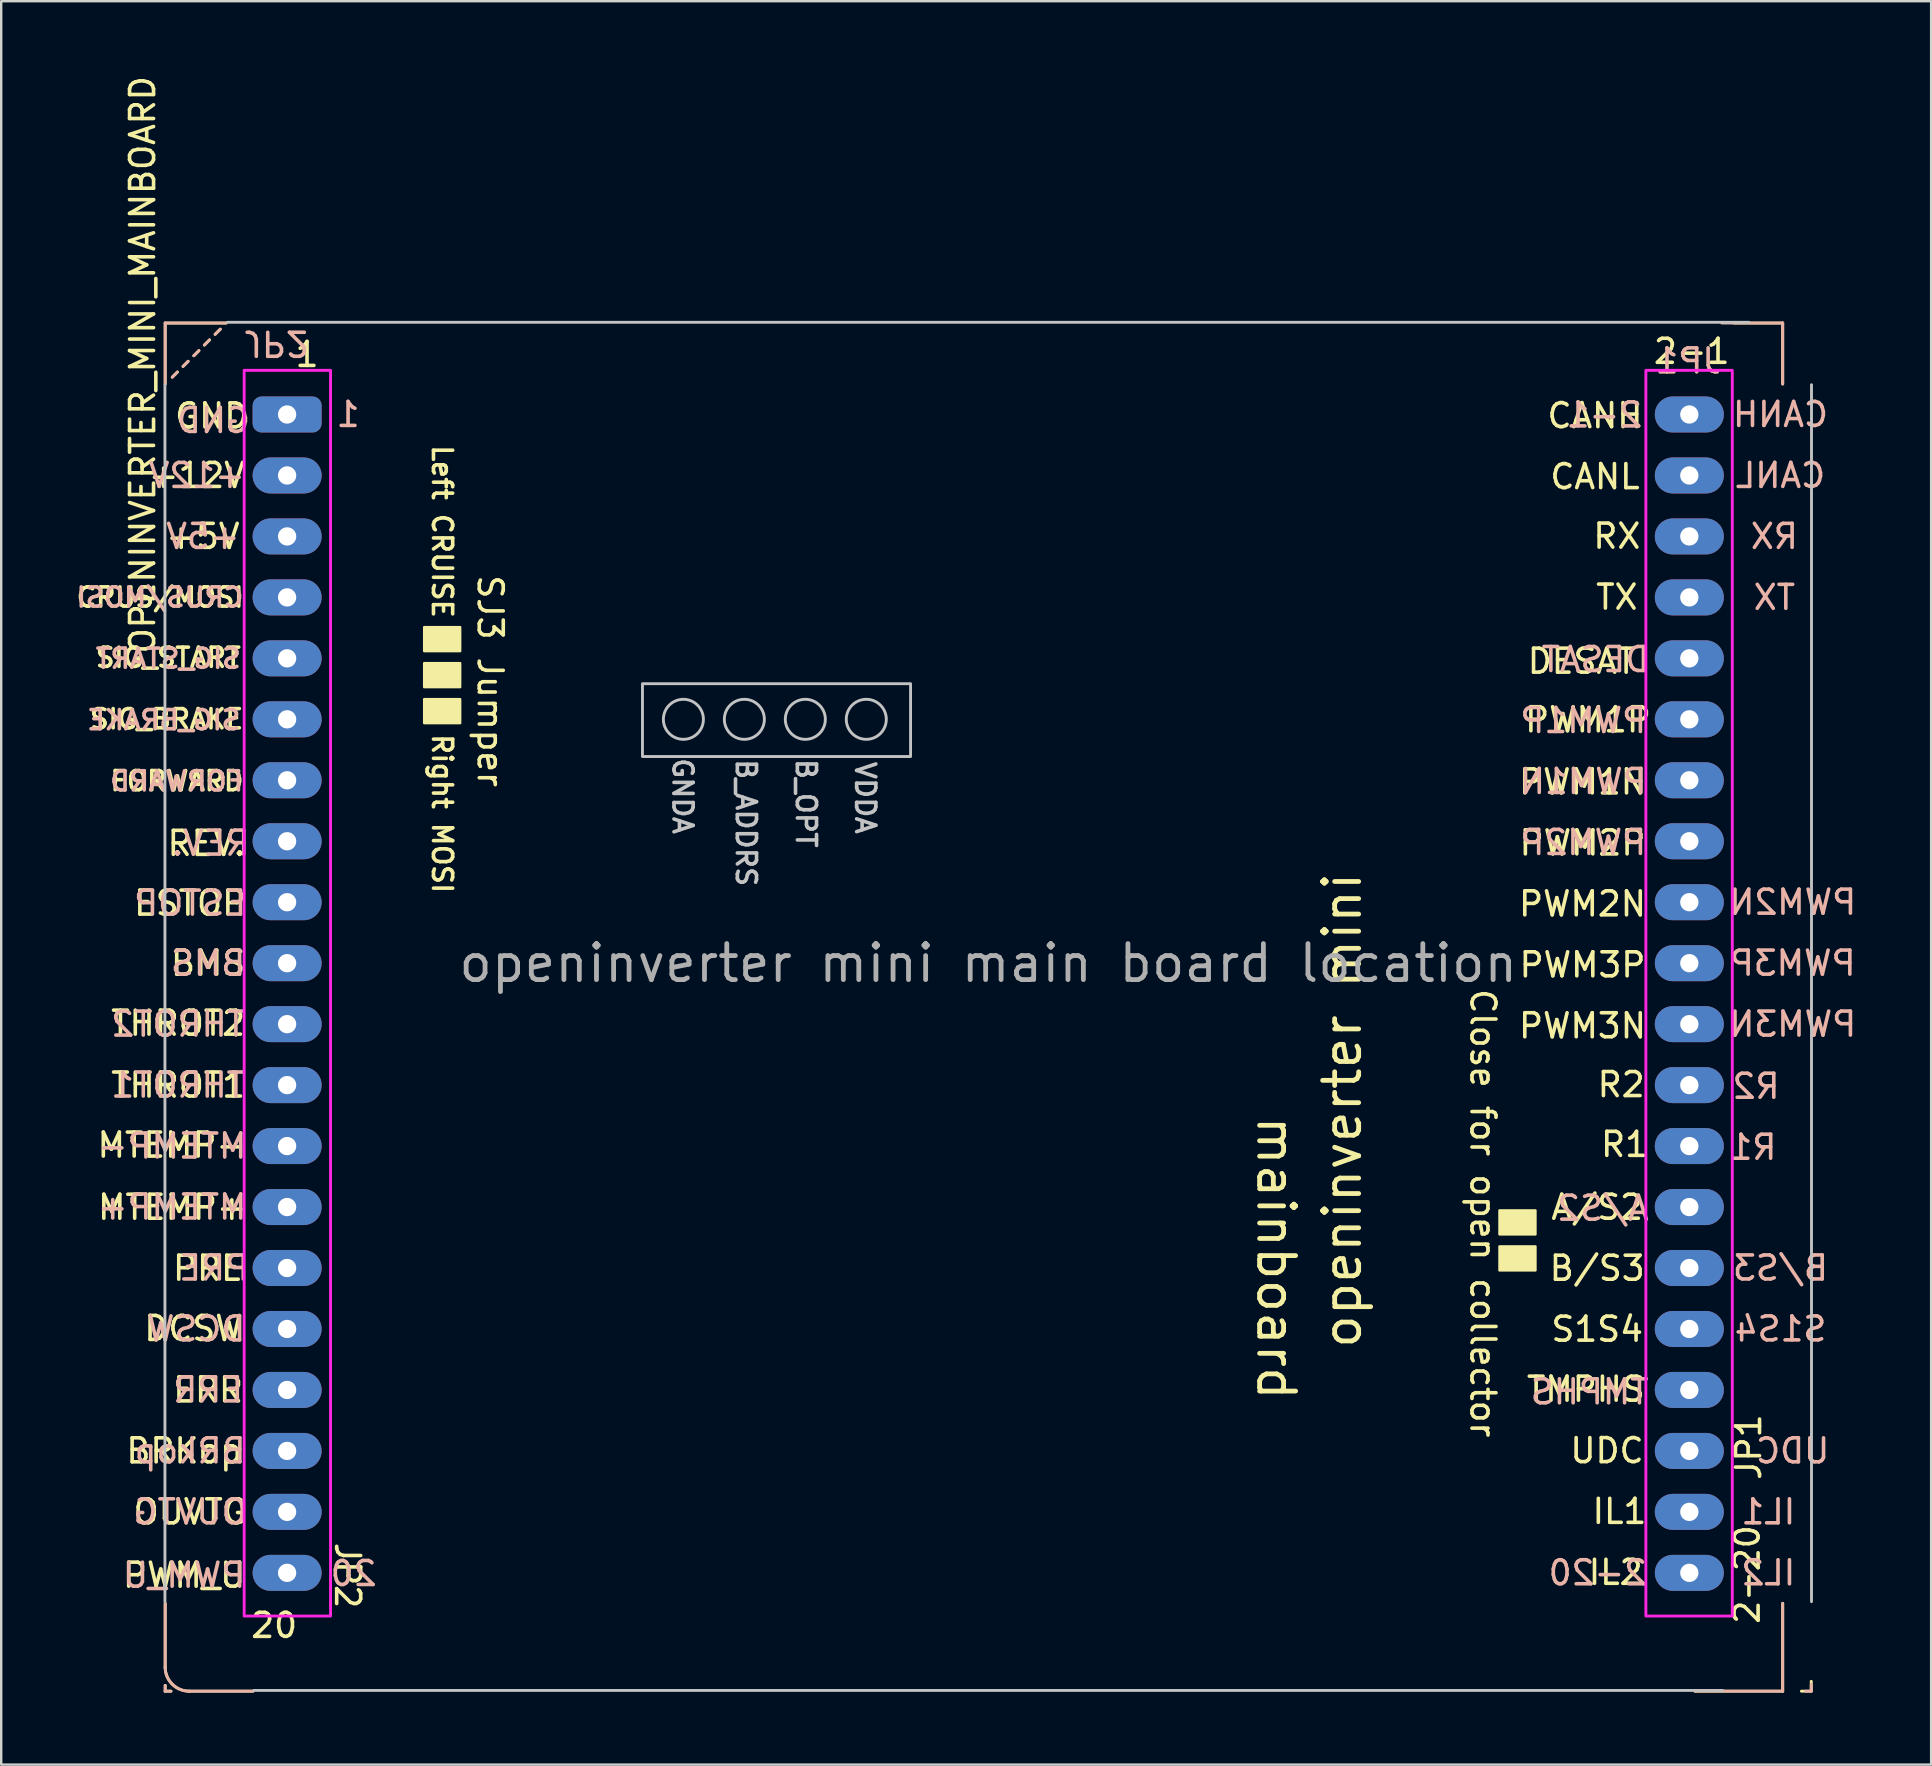
<source format=kicad_pcb>
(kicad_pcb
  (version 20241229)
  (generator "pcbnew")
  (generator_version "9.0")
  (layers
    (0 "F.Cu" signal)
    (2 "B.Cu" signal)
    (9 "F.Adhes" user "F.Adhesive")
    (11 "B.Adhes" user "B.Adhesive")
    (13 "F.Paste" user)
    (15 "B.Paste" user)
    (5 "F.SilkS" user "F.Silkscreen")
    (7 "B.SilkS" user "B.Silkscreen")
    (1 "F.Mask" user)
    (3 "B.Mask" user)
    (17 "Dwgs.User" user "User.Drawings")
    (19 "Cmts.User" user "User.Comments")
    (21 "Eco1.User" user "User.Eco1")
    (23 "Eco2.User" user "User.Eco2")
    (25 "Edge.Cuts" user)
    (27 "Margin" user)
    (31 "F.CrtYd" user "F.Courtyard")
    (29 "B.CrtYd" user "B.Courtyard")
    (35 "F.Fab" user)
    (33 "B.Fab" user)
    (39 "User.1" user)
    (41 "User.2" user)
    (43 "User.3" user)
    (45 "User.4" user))
  (footprint "OPENINVERTER_MINI_MAINBOARD"
    (layer "F.Cu")
    (at 38.122 37.079)
    (property "Reference" "OPENINVERTER_MINI_MAINBOARD" (at -35.23 -24.93 90) (layer "F.SilkS") (effects (font (size 1 1) (thickness 0.15))))
    (attr through_hole exclude_from_pos_files)
    (fp_line (start -34.29 -26.67) (end -34.29 -24.13) (stroke (width 0.12) (type solid)) (layer "F.SilkS"))
    (fp_line (start -34.29 -26.67) (end -31.75 -26.67) (stroke (width 0.12) (type solid)) (layer "F.SilkS"))
    (fp_line (start -34.29 29.33) (end -34.29 26.67) (stroke (width 0.12) (type solid)) (layer "F.SilkS"))
    (fp_line (start -34.29 30.09) (end -34.29 30.33) (stroke (width 0.12) (type solid)) (layer "F.SilkS"))
    (fp_line (start -34.05 30.33) (end -34.29 30.33) (stroke (width 0.12) (type solid)) (layer "F.SilkS"))
    (fp_line (start -33.995 -24.415) (end -33.78 -24.63) (stroke (width 0.12) (type solid)) (layer "F.SilkS"))
    (fp_line (start -33.547 -24.863) (end -33.333 -25.078) (stroke (width 0.12) (type solid)) (layer "F.SilkS"))
    (fp_line (start -33.29 30.33) (end -30.63 30.33) (stroke (width 0.12) (type solid)) (layer "F.SilkS"))
    (fp_line (start -33.097 -25.308) (end -32.883 -25.523) (stroke (width 0.12) (type solid)) (layer "F.SilkS"))
    (fp_line (start -32.657 -25.753) (end -32.443 -25.968) (stroke (width 0.12) (type solid)) (layer "F.SilkS"))
    (fp_line (start -32.21 -26.2) (end -31.995 -26.415) (stroke (width 0.12) (type solid)) (layer "F.SilkS"))
    (fp_line (start 29.44 30.33) (end 33.1 30.33) (stroke (width 0.12) (type solid)) (layer "F.SilkS"))
    (fp_line (start 31.06 -26.67) (end 33.1 -26.67) (stroke (width 0.12) (type solid)) (layer "F.SilkS"))
    (fp_line (start 33.1 -26.67) (end 33.1 -24.13) (stroke (width 0.12) (type solid)) (layer "F.SilkS"))
    (fp_line (start 33.1 30.33) (end 33.1 26.67) (stroke (width 0.12) (type solid)) (layer "F.SilkS"))
    (fp_line (start 33.88 30.33) (end 34.29 30.33) (stroke (width 0.12) (type solid)) (layer "F.SilkS"))
    (fp_line (start 34.29 29.92) (end 34.29 30.33) (stroke (width 0.12) (type solid)) (layer "F.SilkS"))
    (fp_arc (start -33.29 30.33) (mid -33.997107 30.037107) (end -34.29 29.33) (stroke (width 0.12) (type solid)) (layer "F.SilkS"))
    (fp_poly (pts (xy -22 -13) (xy -23.5 -13) (xy -23.5 -14) (xy -22 -14)) (stroke (width 0.1) (type solid)) (fill yes) (layer "F.SilkS"))
    (fp_poly (pts (xy -22 -11.5) (xy -23.5 -11.5) (xy -23.5 -12.5) (xy -22 -12.5)) (stroke (width 0.1) (type solid)) (fill yes) (layer "F.SilkS"))
    (fp_poly (pts (xy -22 -10) (xy -23.5 -10) (xy -23.5 -11) (xy -22 -11)) (stroke (width 0.1) (type solid)) (fill yes) (layer "F.SilkS"))
    (fp_poly (pts (xy 22.8 11.3) (xy 21.3 11.3) (xy 21.3 10.3) (xy 22.8 10.3)) (stroke (width 0.1) (type solid)) (fill yes) (layer "F.SilkS"))
    (fp_poly (pts (xy 22.8 12.8) (xy 21.3 12.8) (xy 21.3 11.8) (xy 22.8 11.8)) (stroke (width 0.1) (type solid)) (fill yes) (layer "F.SilkS"))
    (fp_line (start -34.29 -26.67) (end -34.29 -24.13) (stroke (width 0.12) (type solid)) (layer "B.SilkS"))
    (fp_line (start -34.29 -26.67) (end -31.75 -26.67) (stroke (width 0.12) (type solid)) (layer "B.SilkS"))
    (fp_line (start -34.29 29.35) (end -34.29 26.67) (stroke (width 0.12) (type solid)) (layer "B.SilkS"))
    (fp_line (start -34.29 30.09) (end -34.29 30.33) (stroke (width 0.12) (type solid)) (layer "B.SilkS"))
    (fp_line (start -34.05 30.33) (end -34.29 30.33) (stroke (width 0.12) (type solid)) (layer "B.SilkS"))
    (fp_line (start -33.995 -24.415) (end -33.78 -24.63) (stroke (width 0.12) (type solid)) (layer "B.SilkS"))
    (fp_line (start -33.545 -24.865) (end -33.335 -25.075) (stroke (width 0.12) (type solid)) (layer "B.SilkS"))
    (fp_line (start -33.29 30.33) (end -30.63 30.33) (stroke (width 0.12) (type solid)) (layer "B.SilkS"))
    (fp_line (start -33.095 -25.31) (end -32.885 -25.52) (stroke (width 0.12) (type solid)) (layer "B.SilkS"))
    (fp_line (start -32.657 -25.753) (end -32.443 -25.968) (stroke (width 0.12) (type solid)) (layer "B.SilkS"))
    (fp_line (start -32.21 -26.2) (end -31.995 -26.415) (stroke (width 0.12) (type solid)) (layer "B.SilkS"))
    (fp_line (start 29.44 30.33) (end 33.1 30.33) (stroke (width 0.12) (type solid)) (layer "B.SilkS"))
    (fp_line (start 30.56 -26.67) (end 33.1 -26.67) (stroke (width 0.12) (type solid)) (layer "B.SilkS"))
    (fp_line (start 33.1 -26.67) (end 33.1 -24.13) (stroke (width 0.12) (type solid)) (layer "B.SilkS"))
    (fp_line (start 33.1 30.33) (end 33.1 26.67) (stroke (width 0.12) (type solid)) (layer "B.SilkS"))
    (fp_line (start 34.05 30.33) (end 34.29 30.33) (stroke (width 0.12) (type solid)) (layer "B.SilkS"))
    (fp_line (start 34.29 30.04) (end 34.29 30.33) (stroke (width 0.12) (type solid)) (layer "B.SilkS"))
    (fp_arc (start -33.29 30.33) (mid -33.997107 30.037107) (end -34.29 29.33) (stroke (width 0.12) (type solid)) (layer "B.SilkS"))
    (fp_line (start -34.3 -24.1) (end -34.3 26.6) (stroke (width 0.12) (type solid)) (layer "Dwgs.User"))
    (fp_line (start -30.6 30.3) (end 30.6 30.3) (stroke (width 0.12) (type solid)) (layer "Dwgs.User"))
    (fp_line (start 31.7 -26.7) (end -31.7 -26.7) (stroke (width 0.12) (type solid)) (layer "Dwgs.User"))
    (fp_line (start 34.3 26.6) (end 34.3 -24.1) (stroke (width 0.12) (type solid)) (layer "Dwgs.User"))
    (fp_rect (start -14.405 -11.645) (end -3.235 -8.61) (stroke (width 0.12) (type solid)) (fill no) (layer "Dwgs.User"))
    (fp_circle (center -12.7 -10.16) (end -11.93 -10.48) (stroke (width 0.12) (type solid)) (fill no) (layer "Dwgs.User"))
    (fp_circle (center -10.16 -10.16) (end -9.39 -10.48) (stroke (width 0.12) (type solid)) (fill no) (layer "Dwgs.User"))
    (fp_circle (center -7.62 -10.16) (end -6.85 -10.48) (stroke (width 0.12) (type solid)) (fill no) (layer "Dwgs.User"))
    (fp_circle (center -5.08 -10.16) (end -4.31 -10.48) (stroke (width 0.12) (type solid)) (fill no) (layer "Dwgs.User"))
    (fp_rect (start -31 -24.7) (end -27.4 27.2) (stroke (width 0.12) (type solid)) (fill no) (layer "F.CrtYd"))
    (fp_rect (start 27.4 -24.7) (end 31 27.2) (stroke (width 0.12) (type solid)) (fill no) (layer "F.CrtYd"))
    (fp_line (start -34.29 -24.12) (end -31.745 -26.665) (stroke (width 0.12) (type solid)) (layer "User.1"))
    (fp_text user "ESTOP" (at -33.25 -2.5 0) (layer "F.SilkS") (effects (font (size 1 1) (thickness 0.15))))
    (fp_text user "THROT1" (at -33.75 5.08 0) (layer "F.SilkS") (effects (font (size 1 1) (thickness 0.15))))
    (fp_text user "BRKop" (at -33.5 20.32 0) (layer "F.SilkS") (effects (font (size 1 1) (thickness 0.15))))
    (fp_text user "GND" (at -32.35 -22.8 0) (layer "F.SilkS") (effects (font (size 1 1) (thickness 0.15))))
    (fp_text user "RX" (at 26.19 -17.79 0) (layer "F.SilkS") (effects (font (size 1 1) (thickness 0.15))))
    (fp_text user "PWM2P" (at 24.76 -5.01 0) (layer "F.SilkS") (effects (font (size 1 1) (thickness 0.15))))
    (fp_text user "PWM1N" (at 24.76 -7.55 0) (layer "F.SilkS") (effects (font (size 1 1) (thickness 0.15))))
    (fp_text user "DESAT" (at 24.72 -12.58 0) (layer "F.SilkS") (effects (font (size 1 1) (thickness 0.15))))
    (fp_text user "mainboard" (at 11.99 12.29 270) (unlocked yes) (layer "F.SilkS") (effects (font (size 1.5 1.5) (thickness 0.2))))
    (fp_text user "S1S4" (at 25.372 15.25 0) (layer "F.SilkS") (effects (font (size 1 1) (thickness 0.15))))
    (fp_text user "BMS" (at -32.5 0 0) (layer "F.SilkS") (effects (font (size 1 1) (thickness 0.15))))
    (fp_text user "R2" (at 26.37 5.06 0) (layer "F.SilkS") (effects (font (size 1 1) (thickness 0.15))))
    (fp_text user "UDC" (at 25.78 20.31 0) (layer "F.SilkS") (effects (font (size 1 1) (thickness 0.15))))
    (fp_text user "A/S2" (at 25.372 10.17 0) (layer "F.SilkS") (effects (font (size 1 1) (thickness 0.15))))
    (fp_text user "CRUS/MOSI" (at -34.5 -15.24 0) (layer "F.SilkS") (effects (font (size 0.8 0.8) (thickness 0.15))))
    (fp_text user "OUVTG" (at -33.25 22.86 0) (layer "F.SilkS") (effects (font (size 1 1) (thickness 0.15))))
    (fp_text user "2-1" (at 29.31 -25.49 0) (layer "F.SilkS") (effects (font (size 1 1) (thickness 0.15))))
    (fp_text user "THROT2" (at -33.75 2.5 0) (layer "F.SilkS") (effects (font (size 1 1) (thickness 0.15))))
    (fp_text user "MTEMP+" (at -33.99 10.17 0) (layer "F.SilkS") (effects (font (size 1 1) (thickness 0.15))))
    (fp_text user "SIG_START" (at -34.16 -12.73 0) (layer "F.SilkS") (effects (font (size 0.8 0.8) (thickness 0.15))))
    (fp_text user "CANL" (at 25.28 -20.27 0) (layer "F.SilkS") (effects (font (size 1 1) (thickness 0.15))))
    (fp_text user "CANH" (at 25.28 -22.81 0) (layer "F.SilkS") (effects (font (size 1 1) (thickness 0.15))))
    (fp_text user "PRE" (at -32.51 12.71 0) (layer "F.SilkS") (effects (font (size 1 1) (thickness 0.15))))
    (fp_text user "SIG_BRAKE" (at -34.23 -10.17 0) (layer "F.SilkS") (effects (font (size 0.8 0.8) (thickness 0.15))))
    (fp_text user "IL1" (at 26.3 22.84 0) (layer "F.SilkS") (effects (font (size 1 1) (thickness 0.15))))
    (fp_text user "ERR" (at -32.5 17.78 0) (layer "F.SilkS") (effects (font (size 1 1) (thickness 0.15))))
    (fp_text user "R1" (at 26.51 7.55 0) (layer "F.SilkS") (effects (font (size 1 1) (thickness 0.15))))
    (fp_text user "+12V" (at -32.972 -20.32 0) (layer "F.SilkS") (effects (font (size 1 1) (thickness 0.15))))
    (fp_text user "REV." (at -32.57 -4.99 0) (layer "F.SilkS") (effects (font (size 1 1) (thickness 0.15))))
    (fp_text user "PWM3P" (at 24.76 0.07 0) (layer "F.SilkS") (effects (font (size 1 1) (thickness 0.15))))
    (fp_text user "SJ3 Jumper" (at -20.75 -11.75 270) (unlocked yes) (layer "F.SilkS") (effects (font (size 1 1) (thickness 0.15))))
    (fp_text user "PWM_U" (at -33.5 25.5 0) (layer "F.SilkS") (effects (font (size 1 1) (thickness 0.15))))
    (fp_text user "PWM3N" (at 24.76 2.61 0) (layer "F.SilkS") (effects (font (size 1 1) (thickness 0.15))))
    (fp_text user "1" (at -28.38 -25.36 0) (layer "F.SilkS") (effects (font (size 1 1) (thickness 0.15))))
    (fp_text user "FORWARD" (at -33.8 -7.59 0) (layer "F.SilkS") (effects (font (size 0.8 0.8) (thickness 0.15))))
    (fp_text user "Close for open collector" (at 20.61 10.42 270) (unlocked yes) (layer "F.SilkS") (effects (font (size 1 1) (thickness 0.15))))
    (fp_text user "TX" (at 26.19 -15.25 0) (layer "F.SilkS") (effects (font (size 1 1) (thickness 0.15))))
    (fp_text user "B/S3" (at 25.372 12.71 0) (layer "F.SilkS") (effects (font (size 1 1) (thickness 0.15))))
    (fp_text user "TMPHS" (at 24.9 17.75 0) (layer "F.SilkS") (effects (font (size 1 1) (thickness 0.15))))
    (fp_text user "PWM2N" (at 24.76 -2.47 0) (layer "F.SilkS") (effects (font (size 1 1) (thickness 0.15))))
    (fp_text user "JP1" (at 31.68 20.16 90) (layer "F.SilkS") (effects (font (size 1 1) (thickness 0.15))))
    (fp_text user "20" (at -29.75 27.59 0) (layer "F.SilkS") (effects (font (size 1 1) (thickness 0.15))))
    (fp_text user "MTEMP-" (at -34.01 7.58 0) (layer "F.SilkS") (effects (font (size 1 1) (thickness 0.15))))
    (fp_text user "PWM1P" (at 24.99 -10.14 0) (layer "F.SilkS") (effects (font (size 1 1) (thickness 0.15))))
    (fp_text user "JP2" (at -26.69 25.51 270) (unlocked yes) (layer "F.SilkS") (effects (font (size 1 1) (thickness 0.15))))
    (fp_text user "2-20" (at 31.62 25.47 90) (layer "F.SilkS") (effects (font (size 1 1) (thickness 0.15))))
    (fp_text user "DCSW" (at -33.11 15.22 0) (layer "F.SilkS") (effects (font (size 1 1) (thickness 0.15))))
    (fp_text user "openinverter mini " (at 14.75 5.56 270) (layer "F.SilkS") (effects (font (size 1.5 1.5) (thickness 0.2))))
    (fp_text user "+5V" (at -32.718 -17.78 0) (layer "F.SilkS") (effects (font (size 1 1) (thickness 0.15))))
    (fp_text user "Left CRUISE        Right MOSI" (at -22.75 -12.25 270) (unlocked yes) (layer "F.SilkS") (effects (font (size 0.8 0.8) (thickness 0.15))))
    (fp_text user "IL2" (at 26.14 25.38 0) (layer "F.SilkS") (effects (font (size 1 1) (thickness 0.15))))
    (fp_text user "DESAT" (at 25.298 -12.65 0) (layer "B.SilkS") (effects (font (size 1 1) (thickness 0.15)) (justify mirror)))
    (fp_text user "IL2" (at 32.5 25.4 0) (layer "B.SilkS") (effects (font (size 1 1) (thickness 0.15)) (justify mirror)))
    (fp_text user "PWM1P" (at 24.79 -10.11 0) (layer "B.SilkS") (effects (font (size 1 1) (thickness 0.15)) (justify mirror)))
    (fp_text user "GND" (at -32.28 -22.61 0) (layer "B.SilkS") (effects (font (size 1 1) (thickness 0.15)) (justify mirror)))
    (fp_text user "+5V" (at -32.718 -17.78 0) (layer "B.SilkS") (effects (font (size 1 1) (thickness 0.15)) (justify mirror)))
    (fp_text user "CRUS/MOSI" (at -34.51 -15.24 0) (layer "B.SilkS") (effects (font (size 0.8 0.8) (thickness 0.15)) (justify mirror)))
    (fp_text user "R2" (at 31.99 5.13 0) (layer "B.SilkS") (effects (font (size 1 1) (thickness 0.15)) (justify mirror)))
    (fp_text user "PRE" (at -32.25 12.7 0) (layer "B.SilkS") (effects (font (size 1 1) (thickness 0.15)) (justify mirror)))
    (fp_text user "1" (at -26.67 -22.86 0) (layer "B.SilkS") (effects (font (size 1 1) (thickness 0.15)) (justify mirror)))
    (fp_text user "BMS" (at -32.5 0 0) (layer "B.SilkS") (effects (font (size 1 1) (thickness 0.15)) (justify mirror)))
    (fp_text user "THROT1" (at -33.75 5.08 0) (layer "B.SilkS") (effects (font (size 1 1) (thickness 0.15)) (justify mirror)))
    (fp_text user "A/S2" (at 25.61 10.21 0) (layer "B.SilkS") (effects (font (size 1 1) (thickness 0.15)) (justify mirror)))
    (fp_text user "PWM2N" (at 33.516 -2.54 0) (layer "B.SilkS") (effects (font (size 1 1) (thickness 0.15)) (justify mirror)))
    (fp_text user "MTEMP+" (at -34 10.16 0) (layer "B.SilkS") (effects (font (size 1 1) (thickness 0.15)) (justify mirror)))
    (fp_text user "R1" (at 31.86 7.67 0) (layer "B.SilkS") (effects (font (size 1 1) (thickness 0.15)) (justify mirror)))
    (fp_text user "THROT2" (at -33.75 2.54 0) (layer "B.SilkS") (effects (font (size 1 1) (thickness 0.15)) (justify mirror)))
    (fp_text user "PWM1N" (at 24.79 -7.57 0) (layer "B.SilkS") (effects (font (size 1 1) (thickness 0.15)) (justify mirror)))
    (fp_text user "ESTOP" (at -33.25 -2.5 0) (layer "B.SilkS") (effects (font (size 1 1) (thickness 0.15)) (justify mirror)))
    (fp_text user "FORWARD" (at -33.81 -7.58 0) (layer "B.SilkS") (effects (font (size 0.8 0.8) (thickness 0.15)) (justify mirror)))
    (fp_text user "20" (at -26.44 25.43 0) (layer "B.SilkS") (effects (font (size 1 1) (thickness 0.15)) (justify mirror)))
    (fp_text user "RX" (at 32.754 -17.78 0) (layer "B.SilkS") (effects (font (size 1 1) (thickness 0.15)) (justify mirror)))
    (fp_text user "SIG_START" (at -34.16 -12.69 0) (layer "B.SilkS") (effects (font (size 0.8 0.8) (thickness 0.15)) (justify mirror)))
    (fp_text user "MTEMP-" (at -34 7.62 0) (layer "B.SilkS") (effects (font (size 1 1) (thickness 0.15)) (justify mirror)))
    (fp_text user "SIG_BRAKE" (at -34.35 -10.13 0) (layer "B.SilkS") (effects (font (size 0.8 0.8) (thickness 0.15)) (justify mirror)))
    (fp_text user "PWM_U" (at -33.5 25.5 0) (layer "B.SilkS") (effects (font (size 1 1) (thickness 0.15)) (justify mirror)))
    (fp_text user "JP1" (at 29.16 -25.09 0) (layer "B.SilkS") (effects (font (size 1 1) (thickness 0.15)) (justify mirror)))
    (fp_text user "CANL" (at 33.008 -20.32 0) (layer "B.SilkS") (effects (font (size 1 1) (thickness 0.15)) (justify mirror)))
    (fp_text user "PWM3P" (at 33.516 0 0) (layer "B.SilkS") (effects (font (size 1 1) (thickness 0.15)) (justify mirror)))
    (fp_text user "ERR" (at -32.5 17.78 0) (layer "B.SilkS") (effects (font (size 1 1) (thickness 0.15)) (justify mirror)))
    (fp_text user "REV." (at -32.4 -5 0) (layer "B.SilkS") (effects (font (size 1 1) (thickness 0.15)) (justify mirror)))
    (fp_text user "B/S3" (at 33.008 12.7 0) (layer "B.SilkS") (effects (font (size 1 1) (thickness 0.15)) (justify mirror)))
    (fp_text user "PWM2P" (at 24.79 -5.03 0) (layer "B.SilkS") (effects (font (size 1 1) (thickness 0.15)) (justify mirror)))
    (fp_text user "DCSW" (at -33 15.24 0) (layer "B.SilkS") (effects (font (size 1 1) (thickness 0.15)) (justify mirror)))
    (fp_text user "CANH" (at 33.008 -22.86 0) (layer "B.SilkS") (effects (font (size 1 1) (thickness 0.15)) (justify mirror)))
    (fp_text user "TMPHS" (at 25.06 17.86 0) (layer "B.SilkS") (effects (font (size 1 1) (thickness 0.15)) (justify mirror)))
    (fp_text user "+12V" (at -32.972 -20.32 0) (layer "B.SilkS") (effects (font (size 1 1) (thickness 0.15)) (justify mirror)))
    (fp_text user "JP2" (at -29.66 -25.83 180) (unlocked yes) (layer "B.SilkS") (effects (font (size 1 1) (thickness 0.15)) (justify mirror)))
    (fp_text user "UDC" (at 33.516 20.32 0) (layer "B.SilkS") (effects (font (size 1 1) (thickness 0.15)) (justify mirror)))
    (fp_text user "OUVTG" (at -33.25 22.86 0) (layer "B.SilkS") (effects (font (size 1 1) (thickness 0.15)) (justify mirror)))
    (fp_text user "TX" (at 32.754 -15.24 0) (layer "B.SilkS") (effects (font (size 1 1) (thickness 0.15)) (justify mirror)))
    (fp_text user "2-1" (at 25.67 -22.84 0) (layer "B.SilkS") (effects (font (size 1 1) (thickness 0.15)) (justify mirror)))
    (fp_text user "S1S4" (at 33.008 15.24 0) (layer "B.SilkS") (effects (font (size 1 1) (thickness 0.15)) (justify mirror)))
    (fp_text user "IL1" (at 32.5 22.86 0) (layer "B.SilkS") (effects (font (size 1 1) (thickness 0.15)) (justify mirror)))
    (fp_text user "BRkop" (at -33.25 20.32 0) (layer "B.SilkS") (effects (font (size 1 1) (thickness 0.15)) (justify mirror)))
    (fp_text user "PWM3N" (at 33.516 2.54 0) (layer "B.SilkS") (effects (font (size 1 1) (thickness 0.15)) (justify mirror)))
    (fp_text user "2-20" (at 25.4 25.4 0) (layer "B.SilkS") (effects (font (size 1 1) (thickness 0.15)) (justify mirror)))
    (fp_text user "B_OPT" (at -7.59 -6.66 270) (unlocked yes) (layer "Dwgs.User") (effects (font (size 0.8 0.8) (thickness 0.15))))
    (fp_text user "GNDA" (at -12.73 -6.96 270) (unlocked yes) (layer "Dwgs.User") (effects (font (size 0.8 0.8) (thickness 0.15))))
    (fp_text user "VDDA" (at -5.12 -6.89 270) (unlocked yes) (layer "Dwgs.User") (effects (font (size 0.8 0.8) (thickness 0.15))))
    (fp_text user "B_ADDRS" (at -10.09 -5.85 270) (unlocked yes) (layer "Dwgs.User") (effects (font (size 0.8 0.8) (thickness 0.15))))
    (fp_text user "openinverter mini main board location" (at 0 0 0) (layer "F.Fab") (effects (font (size 1.5 1.5) (thickness 0.2))))
    (pad "1" thru_hole roundrect (at -29.21 -22.86) (size 2.875 1.5) (drill 0.762) (layers "*.Cu" "*.Mask") (roundrect_rratio 0.25))
    (pad "2" thru_hole oval (at -29.21 -20.32) (size 2.875 1.5) (drill 0.762) (layers "*.Cu" "*.Mask"))
    (pad "2-1" thru_hole oval (at 29.21 -22.86) (size 2.875 1.5) (drill 0.762) (layers "*.Cu" "*.Mask"))
    (pad "2-2" thru_hole oval (at 29.21 -20.32) (size 2.875 1.5) (drill 0.762) (layers "*.Cu" "*.Mask"))
    (pad "2-3" thru_hole oval (at 29.21 -17.78) (size 2.875 1.5) (drill 0.762) (layers "*.Cu" "*.Mask"))
    (pad "2-4" thru_hole oval (at 29.21 -15.24) (size 2.875 1.5) (drill 0.762) (layers "*.Cu" "*.Mask"))
    (pad "2-5" thru_hole oval (at 29.21 -12.7) (size 2.875 1.5) (drill 0.762) (layers "*.Cu" "*.Mask"))
    (pad "2-6" thru_hole oval (at 29.21 -10.16) (size 2.875 1.5) (drill 0.762) (layers "*.Cu" "*.Mask"))
    (pad "2-7" thru_hole oval (at 29.21 -7.62) (size 2.875 1.5) (drill 0.762) (layers "*.Cu" "*.Mask"))
    (pad "2-8" thru_hole oval (at 29.21 -5.08) (size 2.875 1.5) (drill 0.762) (layers "*.Cu" "*.Mask"))
    (pad "2-9" thru_hole oval (at 29.21 -2.54) (size 2.875 1.5) (drill 0.762) (layers "*.Cu" "*.Mask"))
    (pad "2-10" thru_hole oval (at 29.21 0) (size 2.875 1.5) (drill 0.762) (layers "*.Cu" "*.Mask"))
    (pad "2-11" thru_hole oval (at 29.21 2.54) (size 2.875 1.5) (drill 0.762) (layers "*.Cu" "*.Mask"))
    (pad "2-12" thru_hole oval (at 29.21 5.08) (size 2.875 1.5) (drill 0.762) (layers "*.Cu" "*.Mask"))
    (pad "2-13" thru_hole oval (at 29.21 7.62) (size 2.875 1.5) (drill 0.762) (layers "*.Cu" "*.Mask"))
    (pad "2-14" thru_hole oval (at 29.21 10.16) (size 2.875 1.5) (drill 0.762) (layers "*.Cu" "*.Mask"))
    (pad "2-15" thru_hole oval (at 29.21 12.7) (size 2.875 1.5) (drill 0.762) (layers "*.Cu" "*.Mask"))
    (pad "2-16" thru_hole oval (at 29.21 15.24) (size 2.875 1.5) (drill 0.762) (layers "*.Cu" "*.Mask"))
    (pad "2-17" thru_hole oval (at 29.21 17.78) (size 2.875 1.5) (drill 0.762) (layers "*.Cu" "*.Mask"))
    (pad "2-18" thru_hole oval (at 29.21 20.32) (size 2.875 1.5) (drill 0.762) (layers "*.Cu" "*.Mask"))
    (pad "2-19" thru_hole oval (at 29.21 22.86) (size 2.875 1.5) (drill 0.762) (layers "*.Cu" "*.Mask"))
    (pad "2-20" thru_hole oval (at 29.21 25.4) (size 2.875 1.5) (drill 0.762) (layers "*.Cu" "*.Mask"))
    (pad "3" thru_hole oval (at -29.21 -17.78) (size 2.875 1.5) (drill 0.762) (layers "*.Cu" "*.Mask"))
    (pad "4" thru_hole oval (at -29.21 -15.24) (size 2.875 1.5) (drill 0.762) (layers "*.Cu" "*.Mask"))
    (pad "5" thru_hole oval (at -29.21 -12.7) (size 2.875 1.5) (drill 0.762) (layers "*.Cu" "*.Mask"))
    (pad "6" thru_hole oval (at -29.21 -10.16) (size 2.875 1.5) (drill 0.762) (layers "*.Cu" "*.Mask"))
    (pad "7" thru_hole oval (at -29.21 -7.62) (size 2.875 1.5) (drill 0.762) (layers "*.Cu" "*.Mask"))
    (pad "8" thru_hole oval (at -29.21 -5.08) (size 2.875 1.5) (drill 0.762) (layers "*.Cu" "*.Mask"))
    (pad "9" thru_hole oval (at -29.21 -2.54) (size 2.875 1.5) (drill 0.762) (layers "*.Cu" "*.Mask"))
    (pad "10" thru_hole oval (at -29.21 0) (size 2.875 1.5) (drill 0.762) (layers "*.Cu" "*.Mask"))
    (pad "11" thru_hole oval (at -29.21 2.54) (size 2.875 1.5) (drill 0.762) (layers "*.Cu" "*.Mask"))
    (pad "12" thru_hole oval (at -29.21 5.08) (size 2.875 1.5) (drill 0.762) (layers "*.Cu" "*.Mask"))
    (pad "13" thru_hole oval (at -29.21 7.62) (size 2.875 1.5) (drill 0.762) (layers "*.Cu" "*.Mask"))
    (pad "14" thru_hole oval (at -29.21 10.16) (size 2.875 1.5) (drill 0.762) (layers "*.Cu" "*.Mask"))
    (pad "15" thru_hole oval (at -29.21 12.7) (size 2.875 1.5) (drill 0.762) (layers "*.Cu" "*.Mask"))
    (pad "16" thru_hole oval (at -29.21 15.24) (size 2.875 1.5) (drill 0.762) (layers "*.Cu" "*.Mask"))
    (pad "17" thru_hole oval (at -29.21 17.78) (size 2.875 1.5) (drill 0.762) (layers "*.Cu" "*.Mask"))
    (pad "18" thru_hole oval (at -29.21 20.32) (size 2.875 1.5) (drill 0.762) (layers "*.Cu" "*.Mask"))
    (pad "19" thru_hole oval (at -29.21 22.86) (size 2.875 1.5) (drill 0.762) (layers "*.Cu" "*.Mask"))
    (pad "20" thru_hole oval (at -29.21 25.4) (size 2.875 1.5) (drill 0.762) (layers "*.Cu" "*.Mask")))
  (gr_rect
    (start -3 -3)
    (end 77.406 70.469)
    (stroke (width 0.1) (type default))
    (fill no)
    (layer "Edge.Cuts")))
</source>
